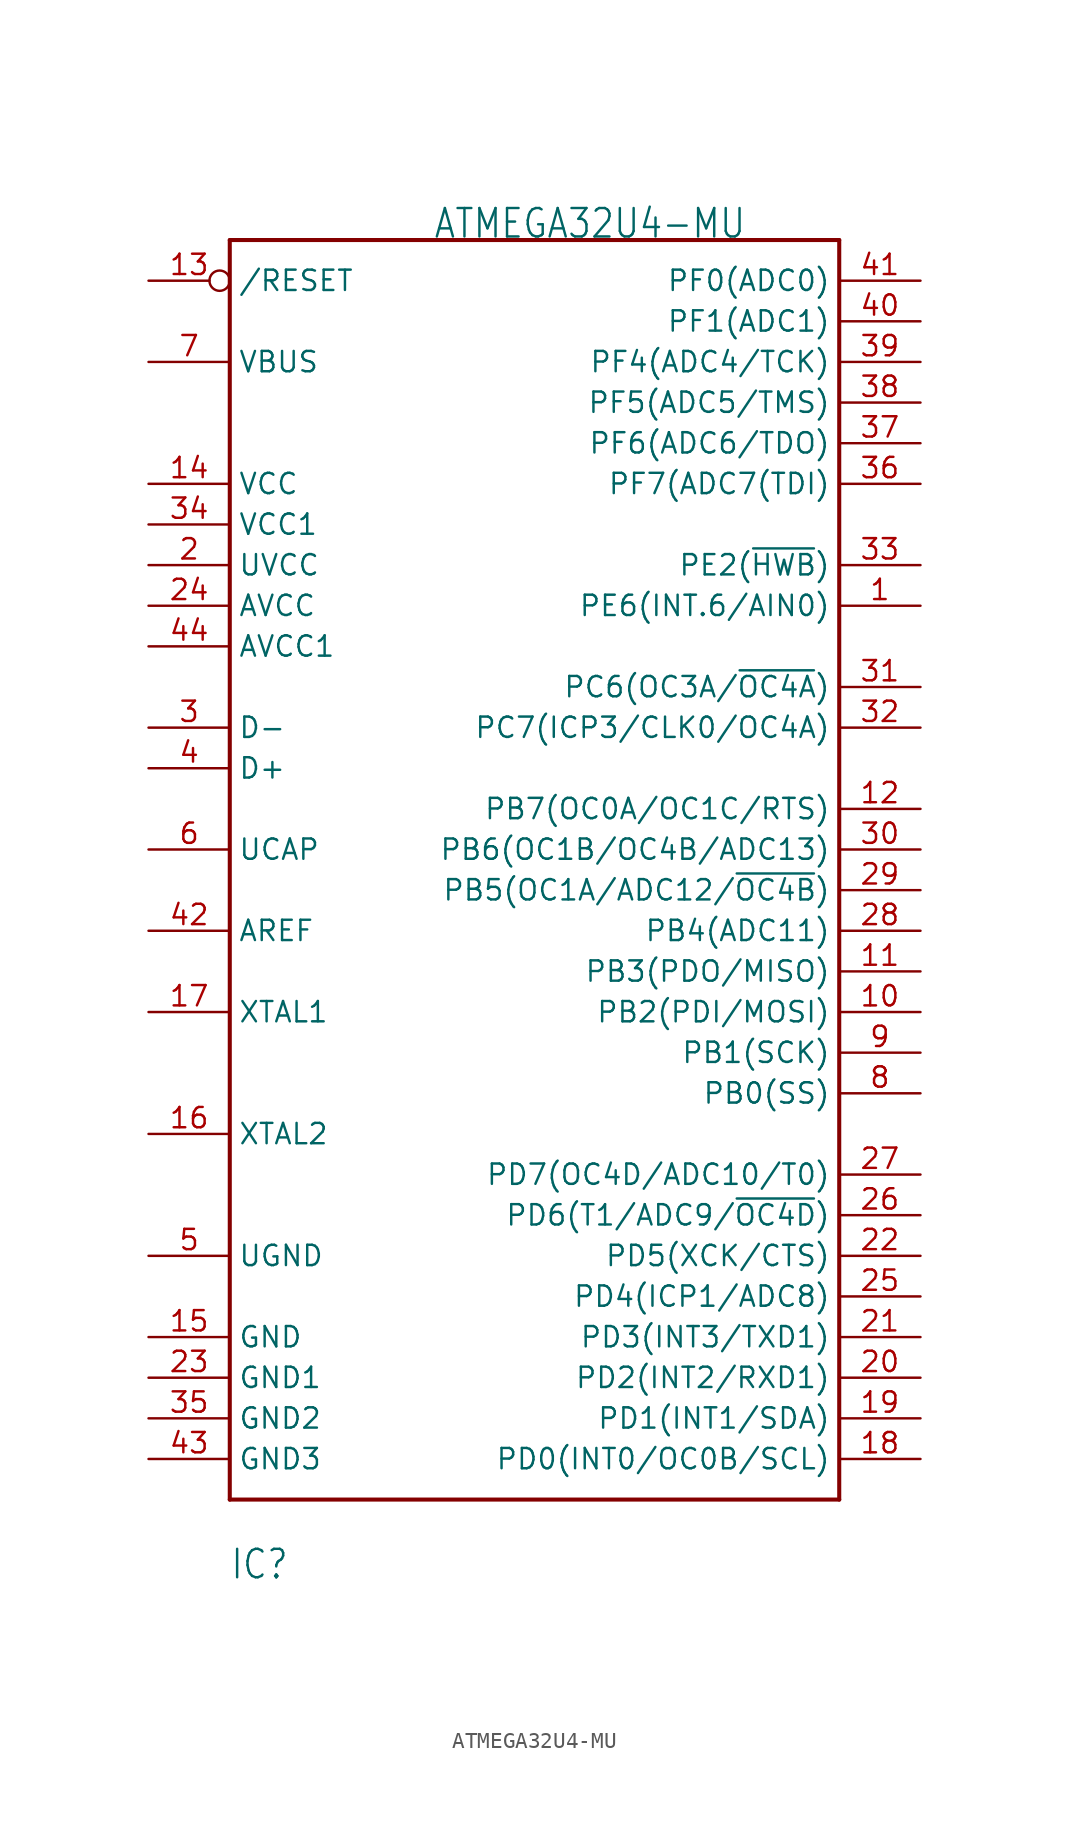
<source format=kicad_sym>
(kicad_symbol_lib
  (version 20211014)
  (generator kicad_symbol_editor)
  (symbol "ATMEGA32U4-MU"
    (property "Reference" "IC"
      (at -17.78 -38.1 0)
      (effects (font (size 1.778 1.511)) (justify left bottom)))
    (property "Value" "ATMEGA32U4-MU"
      (at -5.08 45.72 0)
      (effects (font (size 1.778 1.511)) (justify left bottom)))
    (property "ki_locked" ""
      (at 0 0 0)
      (effects (font (size 1.27 1.27))))
    (symbol "ATMEGA32U4-MU_1_0"
      (polyline (pts (xy -17.78 -33.02) (xy -17.78 45.72)) (stroke (width 0.254) (type default) (color 0 0 0 0)) (fill (type none)))
      (polyline (pts (xy -17.78 45.72) (xy 20.32 45.72)) (stroke (width 0.254) (type default) (color 0 0 0 0)) (fill (type none)))
      (polyline (pts (xy 20.32 -33.02) (xy -17.78 -33.02)) (stroke (width 0.254) (type default) (color 0 0 0 0)) (fill (type none)))
      (polyline (pts (xy 20.32 45.72) (xy 20.32 -33.02)) (stroke (width 0.254) (type default) (color 0 0 0 0)) (fill (type none)))
      (pin bidirectional line (at 25.4 22.86 180) (length 5.08) (name "PE6(INT.6/AIN0)" (effects (font (size 1.27 1.27)))) (number "1" (effects (font (size 1.27 1.27)))))
      (pin bidirectional line (at 25.4 -2.54 180) (length 5.08) (name "PB2(PDI/MOSI)" (effects (font (size 1.27 1.27)))) (number "10" (effects (font (size 1.27 1.27)))))
      (pin bidirectional line (at 25.4 0 180) (length 5.08) (name "PB3(PDO/MISO)" (effects (font (size 1.27 1.27)))) (number "11" (effects (font (size 1.27 1.27)))))
      (pin bidirectional line (at 25.4 10.16 180) (length 5.08) (name "PB7(OC0A/OC1C/RTS)" (effects (font (size 1.27 1.27)))) (number "12" (effects (font (size 1.27 1.27)))))
      (pin bidirectional inverted (at -22.86 43.18 0) (length 5.08) (name "/RESET" (effects (font (size 1.27 1.27)))) (number "13" (effects (font (size 1.27 1.27)))))
      (pin bidirectional line (at -22.86 30.48 0) (length 5.08) (name "VCC" (effects (font (size 1.27 1.27)))) (number "14" (effects (font (size 1.27 1.27)))))
      (pin bidirectional line (at -22.86 -22.86 0) (length 5.08) (name "GND" (effects (font (size 1.27 1.27)))) (number "15" (effects (font (size 1.27 1.27)))))
      (pin bidirectional line (at -22.86 -10.16 0) (length 5.08) (name "XTAL2" (effects (font (size 1.27 1.27)))) (number "16" (effects (font (size 1.27 1.27)))))
      (pin bidirectional line (at -22.86 -2.54 0) (length 5.08) (name "XTAL1" (effects (font (size 1.27 1.27)))) (number "17" (effects (font (size 1.27 1.27)))))
      (pin bidirectional line (at 25.4 -30.48 180) (length 5.08) (name "PD0(INT0/OC0B/SCL)" (effects (font (size 1.27 1.27)))) (number "18" (effects (font (size 1.27 1.27)))))
      (pin bidirectional line (at 25.4 -27.94 180) (length 5.08) (name "PD1(INT1/SDA)" (effects (font (size 1.27 1.27)))) (number "19" (effects (font (size 1.27 1.27)))))
      (pin bidirectional line (at -22.86 25.4 0) (length 5.08) (name "UVCC" (effects (font (size 1.27 1.27)))) (number "2" (effects (font (size 1.27 1.27)))))
      (pin bidirectional line (at 25.4 -25.4 180) (length 5.08) (name "PD2(INT2/RXD1)" (effects (font (size 1.27 1.27)))) (number "20" (effects (font (size 1.27 1.27)))))
      (pin bidirectional line (at 25.4 -22.86 180) (length 5.08) (name "PD3(INT3/TXD1)" (effects (font (size 1.27 1.27)))) (number "21" (effects (font (size 1.27 1.27)))))
      (pin bidirectional line (at 25.4 -17.78 180) (length 5.08) (name "PD5(XCK/CTS)" (effects (font (size 1.27 1.27)))) (number "22" (effects (font (size 1.27 1.27)))))
      (pin bidirectional line (at -22.86 -25.4 0) (length 5.08) (name "GND1" (effects (font (size 1.27 1.27)))) (number "23" (effects (font (size 1.27 1.27)))))
      (pin bidirectional line (at -22.86 22.86 0) (length 5.08) (name "AVCC" (effects (font (size 1.27 1.27)))) (number "24" (effects (font (size 1.27 1.27)))))
      (pin bidirectional line (at 25.4 -20.32 180) (length 5.08) (name "PD4(ICP1/ADC8)" (effects (font (size 1.27 1.27)))) (number "25" (effects (font (size 1.27 1.27)))))
      (pin bidirectional line (at 25.4 -15.24 180) (length 5.08) (name "PD6(T1/ADC9/~{OC4D})" (effects (font (size 1.27 1.27)))) (number "26" (effects (font (size 1.27 1.27)))))
      (pin bidirectional line (at 25.4 -12.7 180) (length 5.08) (name "PD7(OC4D/ADC10/T0)" (effects (font (size 1.27 1.27)))) (number "27" (effects (font (size 1.27 1.27)))))
      (pin bidirectional line (at 25.4 2.54 180) (length 5.08) (name "PB4(ADC11)" (effects (font (size 1.27 1.27)))) (number "28" (effects (font (size 1.27 1.27)))))
      (pin bidirectional line (at 25.4 5.08 180) (length 5.08) (name "PB5(OC1A/ADC12/~{OC4B})" (effects (font (size 1.27 1.27)))) (number "29" (effects (font (size 1.27 1.27)))))
      (pin bidirectional line (at -22.86 15.24 0) (length 5.08) (name "D-" (effects (font (size 1.27 1.27)))) (number "3" (effects (font (size 1.27 1.27)))))
      (pin bidirectional line (at 25.4 7.62 180) (length 5.08) (name "PB6(OC1B/OC4B/ADC13)" (effects (font (size 1.27 1.27)))) (number "30" (effects (font (size 1.27 1.27)))))
      (pin bidirectional line (at 25.4 17.78 180) (length 5.08) (name "PC6(OC3A/~{OC4A})" (effects (font (size 1.27 1.27)))) (number "31" (effects (font (size 1.27 1.27)))))
      (pin bidirectional line (at 25.4 15.24 180) (length 5.08) (name "PC7(ICP3/CLK0/OC4A)" (effects (font (size 1.27 1.27)))) (number "32" (effects (font (size 1.27 1.27)))))
      (pin bidirectional line (at 25.4 25.4 180) (length 5.08) (name "PE2(~{HWB})" (effects (font (size 1.27 1.27)))) (number "33" (effects (font (size 1.27 1.27)))))
      (pin bidirectional line (at -22.86 27.94 0) (length 5.08) (name "VCC1" (effects (font (size 1.27 1.27)))) (number "34" (effects (font (size 1.27 1.27)))))
      (pin bidirectional line (at -22.86 -27.94 0) (length 5.08) (name "GND2" (effects (font (size 1.27 1.27)))) (number "35" (effects (font (size 1.27 1.27)))))
      (pin bidirectional line (at 25.4 30.48 180) (length 5.08) (name "PF7(ADC7(TDI)" (effects (font (size 1.27 1.27)))) (number "36" (effects (font (size 1.27 1.27)))))
      (pin bidirectional line (at 25.4 33.02 180) (length 5.08) (name "PF6(ADC6/TDO)" (effects (font (size 1.27 1.27)))) (number "37" (effects (font (size 1.27 1.27)))))
      (pin bidirectional line (at 25.4 35.56 180) (length 5.08) (name "PF5(ADC5/TMS)" (effects (font (size 1.27 1.27)))) (number "38" (effects (font (size 1.27 1.27)))))
      (pin bidirectional line (at 25.4 38.1 180) (length 5.08) (name "PF4(ADC4/TCK)" (effects (font (size 1.27 1.27)))) (number "39" (effects (font (size 1.27 1.27)))))
      (pin bidirectional line (at -22.86 12.7 0) (length 5.08) (name "D+" (effects (font (size 1.27 1.27)))) (number "4" (effects (font (size 1.27 1.27)))))
      (pin bidirectional line (at 25.4 40.64 180) (length 5.08) (name "PF1(ADC1)" (effects (font (size 1.27 1.27)))) (number "40" (effects (font (size 1.27 1.27)))))
      (pin bidirectional line (at 25.4 43.18 180) (length 5.08) (name "PF0(ADC0)" (effects (font (size 1.27 1.27)))) (number "41" (effects (font (size 1.27 1.27)))))
      (pin bidirectional line (at -22.86 2.54 0) (length 5.08) (name "AREF" (effects (font (size 1.27 1.27)))) (number "42" (effects (font (size 1.27 1.27)))))
      (pin bidirectional line (at -22.86 -30.48 0) (length 5.08) (name "GND3" (effects (font (size 1.27 1.27)))) (number "43" (effects (font (size 1.27 1.27)))))
      (pin bidirectional line (at -22.86 20.32 0) (length 5.08) (name "AVCC1" (effects (font (size 1.27 1.27)))) (number "44" (effects (font (size 1.27 1.27)))))
      (pin bidirectional line (at -22.86 -17.78 0) (length 5.08) (name "UGND" (effects (font (size 1.27 1.27)))) (number "5" (effects (font (size 1.27 1.27)))))
      (pin bidirectional line (at -22.86 7.62 0) (length 5.08) (name "UCAP" (effects (font (size 1.27 1.27)))) (number "6" (effects (font (size 1.27 1.27)))))
      (pin bidirectional line (at -22.86 38.1 0) (length 5.08) (name "VBUS" (effects (font (size 1.27 1.27)))) (number "7" (effects (font (size 1.27 1.27)))))
      (pin bidirectional line (at 25.4 -7.62 180) (length 5.08) (name "PB0(SS)" (effects (font (size 1.27 1.27)))) (number "8" (effects (font (size 1.27 1.27)))))
      (pin bidirectional line (at 25.4 -5.08 180) (length 5.08) (name "PB1(SCK)" (effects (font (size 1.27 1.27)))) (number "9" (effects (font (size 1.27 1.27))))))))
</source>
